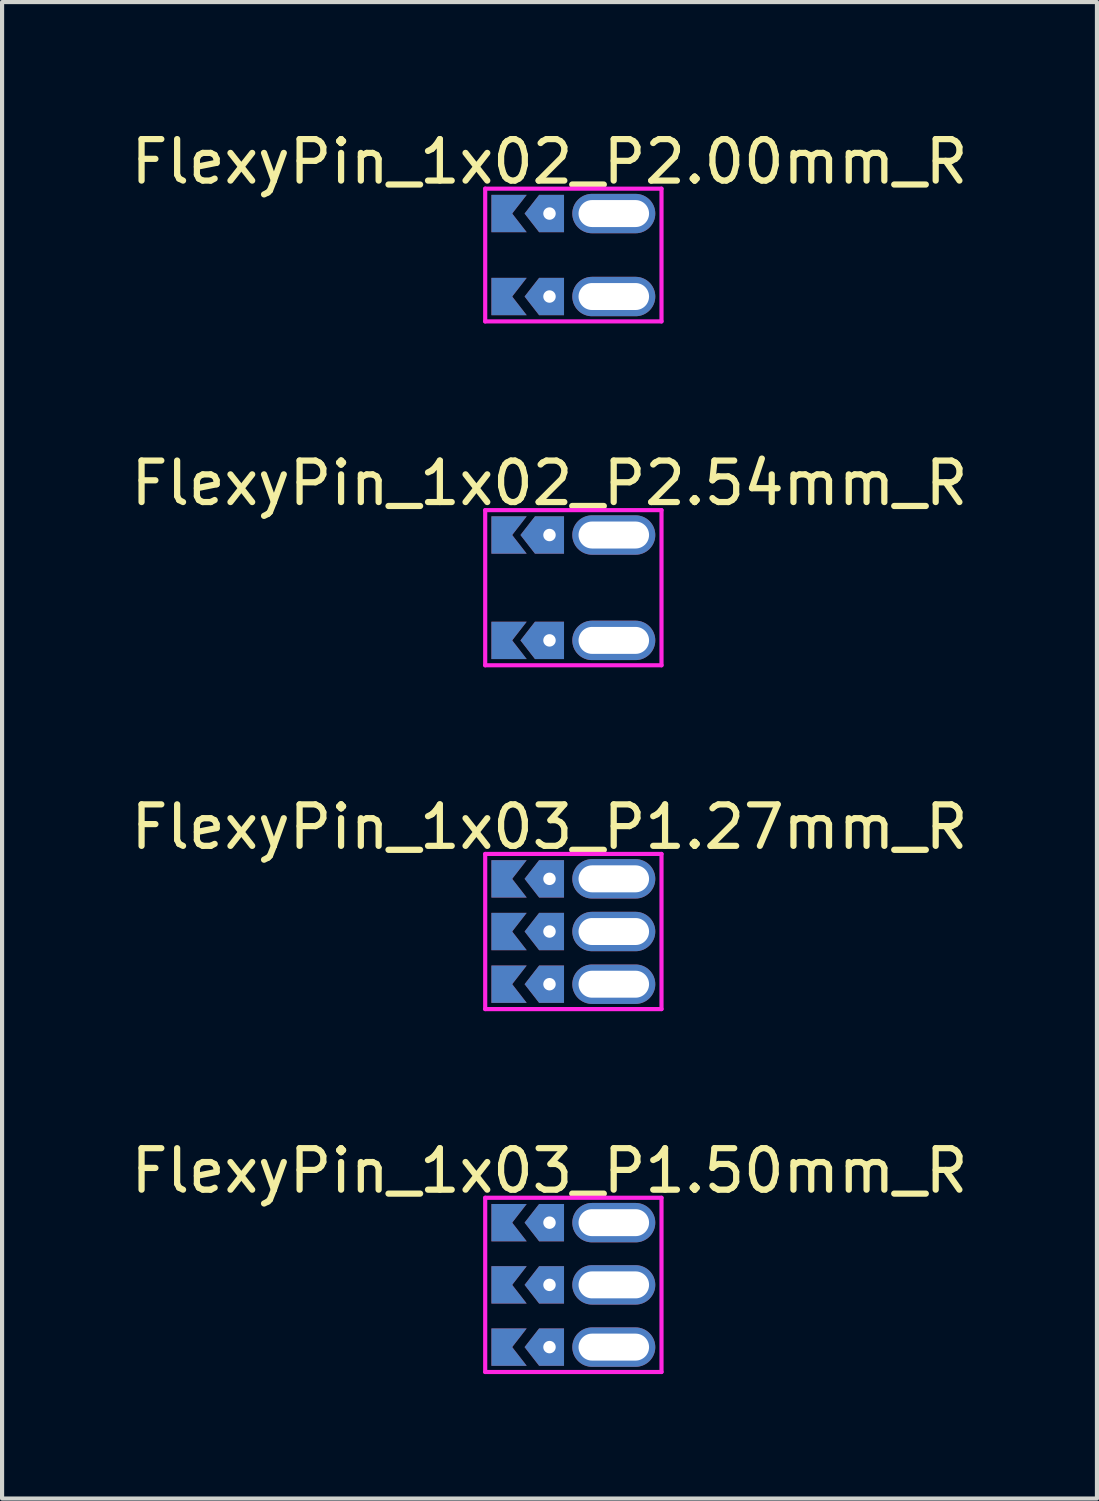
<source format=kicad_pcb>
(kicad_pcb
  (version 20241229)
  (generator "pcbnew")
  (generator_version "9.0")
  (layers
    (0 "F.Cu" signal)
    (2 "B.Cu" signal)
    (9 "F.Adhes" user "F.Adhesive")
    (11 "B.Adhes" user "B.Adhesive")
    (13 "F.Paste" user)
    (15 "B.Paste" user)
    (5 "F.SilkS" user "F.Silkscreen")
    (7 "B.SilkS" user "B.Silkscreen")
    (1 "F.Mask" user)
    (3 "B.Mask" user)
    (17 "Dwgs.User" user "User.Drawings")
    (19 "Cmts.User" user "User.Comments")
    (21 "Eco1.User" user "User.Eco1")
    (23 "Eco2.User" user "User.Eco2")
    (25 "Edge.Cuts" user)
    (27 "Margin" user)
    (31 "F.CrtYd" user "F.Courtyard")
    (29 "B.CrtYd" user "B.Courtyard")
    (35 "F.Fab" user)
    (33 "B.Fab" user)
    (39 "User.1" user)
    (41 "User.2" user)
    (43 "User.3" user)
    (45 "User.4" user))
  (footprint "FlexyPin_1x03_P1.27mm_R"
    (layer "F.Cu")
    (at 10.196 18.135)
    (property "Reference" "FlexyPin_1x03_P1.27mm_R" (at 0 -1.25 0) (layer "F.SilkS") (effects (font (size 1 1) (thickness 0.15))))
    (attr through_hole)
    (fp_line (start -1.55 -0.6) (end 2.7 -0.6) (stroke (width 0.1) (type solid)) (layer "F.CrtYd"))
    (fp_line (start -1.55 3.14) (end -1.55 -0.6) (stroke (width 0.1) (type solid)) (layer "F.CrtYd"))
    (fp_line (start 2.7 -0.6) (end 2.7 3.14) (stroke (width 0.1) (type solid)) (layer "F.CrtYd"))
    (fp_line (start 2.7 3.14) (end -1.55 3.14) (stroke (width 0.1) (type solid)) (layer "F.CrtYd"))
    (pad "" thru_hole custom (at 0 0) (size 0.3 0.3) (drill 0.6) (layers "*.Cu" "*.Mask") (options (anchor rect)) (primitives (gr_poly (pts (xy 0.35 0.45) (xy 0.35 -0.45) (xy -0.25 -0.45) (xy -0.6 0) (xy -0.25 0.45)) (width 0) (fill yes))))
    (pad "" thru_hole custom (at 0 1.27) (size 0.3 0.3) (drill 0.6) (layers "*.Cu" "*.Mask") (options (anchor rect)) (primitives (gr_poly (pts (xy 0.35 0.45) (xy 0.35 -0.45) (xy -0.25 -0.45) (xy -0.6 0) (xy -0.25 0.45)) (width 0) (fill yes))))
    (pad "" thru_hole custom (at 0 2.54) (size 0.3 0.3) (drill 0.6) (layers "*.Cu" "*.Mask") (options (anchor rect)) (primitives (gr_poly (pts (xy 0.35 0.45) (xy 0.35 -0.45) (xy -0.25 -0.45) (xy -0.6 0) (xy -0.25 0.45)) (width 0) (fill yes))))
    (pad "" thru_hole oval (at 1.55 0) (size 2 0.95) (drill oval 1.7 0.65) (layers "*.Cu" "*.Mask"))
    (pad "" thru_hole oval (at 1.55 1.27) (size 2 0.95) (drill oval 1.7 0.65) (layers "*.Cu" "*.Mask"))
    (pad "" thru_hole oval (at 1.55 2.54) (size 2 0.95) (drill oval 1.7 0.65) (layers "*.Cu" "*.Mask"))
    (pad "1" smd custom (at -0.9 0) (size 0.01 0.01) (layers "F.Cu" "F.Mask") (options (anchor rect)) (primitives (gr_poly (pts (xy 0 0) (xy 0.35 0.45) (xy -0.5 0.45) (xy -0.5 -0.45) (xy 0.35 -0.45)) (width 0) (fill yes))))
    (pad "2" smd custom (at -0.9 1.27) (size 0.01 0.01) (layers "F.Cu" "F.Mask") (options (anchor rect)) (primitives (gr_poly (pts (xy 0 0) (xy 0.35 0.45) (xy -0.5 0.45) (xy -0.5 -0.45) (xy 0.35 -0.45)) (width 0) (fill yes))))
    (pad "3" smd custom (at -0.9 2.54) (size 0.01 0.01) (layers "F.Cu" "F.Mask") (options (anchor rect)) (primitives (gr_poly (pts (xy 0 0) (xy 0.35 0.45) (xy -0.5 0.45) (xy -0.5 -0.45) (xy 0.35 -0.45)) (width 0) (fill yes))))
    (pad "4" smd custom (at -0.9 0) (size 0.01 0.01) (layers "B.Cu" "B.Mask") (options (anchor rect)) (primitives (gr_poly (pts (xy 0 0) (xy 0.35 0.45) (xy -0.5 0.45) (xy -0.5 -0.45) (xy 0.35 -0.45)) (width 0) (fill yes))))
    (pad "5" smd custom (at -0.9 1.27) (size 0.01 0.01) (layers "B.Cu" "B.Mask") (options (anchor rect)) (primitives (gr_poly (pts (xy 0 0) (xy 0.35 0.45) (xy -0.5 0.45) (xy -0.5 -0.45) (xy 0.35 -0.45)) (width 0) (fill yes))))
    (pad "6" smd custom (at -0.9 2.54) (size 0.01 0.01) (layers "B.Cu" "B.Mask") (options (anchor rect)) (primitives (gr_poly (pts (xy 0 0) (xy 0.35 0.45) (xy -0.5 0.45) (xy -0.5 -0.45) (xy 0.35 -0.45)) (width 0) (fill yes)))))
  (footprint "FlexyPin_1x02_P2.54mm_R"
    (layer "F.Cu")
    (at 10.196 9.847)
    (property "Reference" "FlexyPin_1x02_P2.54mm_R" (at 0 -1.25 0) (layer "F.SilkS") (effects (font (size 1 1) (thickness 0.15))))
    (attr through_hole)
    (fp_line (start -1.55 -0.6) (end 2.7 -0.6) (stroke (width 0.1) (type solid)) (layer "F.CrtYd"))
    (fp_line (start -1.55 3.14) (end -1.55 -0.6) (stroke (width 0.1) (type solid)) (layer "F.CrtYd"))
    (fp_line (start 2.7 -0.6) (end 2.7 3.14) (stroke (width 0.1) (type solid)) (layer "F.CrtYd"))
    (fp_line (start 2.7 3.14) (end -1.55 3.14) (stroke (width 0.1) (type solid)) (layer "F.CrtYd"))
    (pad "" thru_hole custom (at 0 0) (size 0.3 0.3) (drill 0.6) (layers "*.Cu" "*.Mask") (options (anchor rect)) (primitives (gr_poly (pts (xy 0.35 0.45) (xy 0.35 -0.45) (xy -0.35 -0.45) (xy -0.7 0) (xy -0.35 0.45)) (width 0) (fill yes))))
    (pad "" thru_hole custom (at 0 2.54) (size 0.3 0.3) (drill 0.6) (layers "*.Cu" "*.Mask") (options (anchor rect)) (primitives (gr_poly (pts (xy 0.35 0.45) (xy 0.35 -0.45) (xy -0.35 -0.45) (xy -0.7 0) (xy -0.35 0.45)) (width 0) (fill yes))))
    (pad "" thru_hole oval (at 1.55 0) (size 2 0.95) (drill oval 1.7 0.65) (layers "*.Cu" "*.Mask"))
    (pad "" thru_hole oval (at 1.55 2.54) (size 2 0.95) (drill oval 1.7 0.65) (layers "*.Cu" "*.Mask"))
    (pad "1" smd custom (at -0.9 0) (size 0.01 0.01) (layers "F.Cu" "F.Mask") (options (anchor rect)) (primitives (gr_poly (pts (xy 0 0) (xy 0.35 0.45) (xy -0.5 0.45) (xy -0.5 -0.45) (xy 0.35 -0.45)) (width 0) (fill yes))))
    (pad "1" smd custom (at -0.9 2.54) (size 0.01 0.01) (layers "F.Cu" "F.Mask") (options (anchor rect)) (primitives (gr_poly (pts (xy 0 0) (xy 0.35 0.45) (xy -0.5 0.45) (xy -0.5 -0.45) (xy 0.35 -0.45)) (width 0) (fill yes))))
    (pad "2" smd custom (at -0.9 0) (size 0.01 0.01) (layers "B.Cu" "B.Mask") (options (anchor rect)) (primitives (gr_poly (pts (xy 0 0) (xy 0.35 0.45) (xy -0.5 0.45) (xy -0.5 -0.45) (xy 0.35 -0.45)) (width 0) (fill yes))))
    (pad "2" smd custom (at -0.9 2.54) (size 0.01 0.01) (layers "B.Cu" "B.Mask") (options (anchor rect)) (primitives (gr_poly (pts (xy 0 0) (xy 0.35 0.45) (xy -0.5 0.45) (xy -0.5 -0.45) (xy 0.35 -0.45)) (width 0) (fill yes)))))
  (footprint "FlexyPin_1x02_P2.00mm_R"
    (layer "F.Cu")
    (at 10.196 2.098)
    (property "Reference" "FlexyPin_1x02_P2.00mm_R" (at 0 -1.25 0) (layer "F.SilkS") (effects (font (size 1 1) (thickness 0.15))))
    (attr through_hole)
    (fp_line (start -1.55 -0.6) (end 2.7 -0.6) (stroke (width 0.1) (type solid)) (layer "F.CrtYd"))
    (fp_line (start -1.55 2.6) (end -1.55 -0.6) (stroke (width 0.1) (type solid)) (layer "F.CrtYd"))
    (fp_line (start 2.7 -0.6) (end 2.7 2.6) (stroke (width 0.1) (type solid)) (layer "F.CrtYd"))
    (fp_line (start 2.7 2.6) (end -1.55 2.6) (stroke (width 0.1) (type solid)) (layer "F.CrtYd"))
    (pad "" thru_hole custom (at 0 0) (size 0.3 0.3) (drill 0.6) (layers "*.Cu" "*.Mask") (options (anchor rect)) (primitives (gr_poly (pts (xy 0.35 0.45) (xy 0.35 -0.45) (xy -0.25 -0.45) (xy -0.6 0) (xy -0.25 0.45)) (width 0) (fill yes))))
    (pad "" thru_hole custom (at 0 2) (size 0.3 0.3) (drill 0.6) (layers "*.Cu" "*.Mask") (options (anchor rect)) (primitives (gr_poly (pts (xy 0.35 0.45) (xy 0.35 -0.45) (xy -0.25 -0.45) (xy -0.6 0) (xy -0.25 0.45)) (width 0) (fill yes))))
    (pad "" thru_hole oval (at 1.55 0) (size 2 0.95) (drill oval 1.7 0.65) (layers "*.Cu" "*.Mask"))
    (pad "" thru_hole oval (at 1.55 2) (size 2 0.95) (drill oval 1.7 0.65) (layers "*.Cu" "*.Mask"))
    (pad "1" smd custom (at -0.9 0) (size 0.01 0.01) (layers "F.Cu" "F.Mask") (options (anchor rect)) (primitives (gr_poly (pts (xy 0 0) (xy 0.35 0.45) (xy -0.5 0.45) (xy -0.5 -0.45) (xy 0.35 -0.45)) (width 0) (fill yes))))
    (pad "2" smd custom (at -0.9 2) (size 0.01 0.01) (layers "F.Cu" "F.Mask") (options (anchor rect)) (primitives (gr_poly (pts (xy 0 0) (xy 0.35 0.45) (xy -0.5 0.45) (xy -0.5 -0.45) (xy 0.35 -0.45)) (width 0) (fill yes))))
    (pad "3" smd custom (at -0.9 0) (size 0.01 0.01) (layers "B.Cu" "B.Mask") (options (anchor rect)) (primitives (gr_poly (pts (xy 0 0) (xy 0.35 0.45) (xy -0.5 0.45) (xy -0.5 -0.45) (xy 0.35 -0.45)) (width 0) (fill yes))))
    (pad "4" smd custom (at -0.9 2) (size 0.01 0.01) (layers "B.Cu" "B.Mask") (options (anchor rect)) (primitives (gr_poly (pts (xy 0 0) (xy 0.35 0.45) (xy -0.5 0.45) (xy -0.5 -0.45) (xy 0.35 -0.45)) (width 0) (fill yes)))))
  (footprint "FlexyPin_1x03_P1.50mm_R"
    (layer "F.Cu")
    (at 10.196 26.423)
    (property "Reference" "FlexyPin_1x03_P1.50mm_R" (at 0 -1.25 0) (layer "F.SilkS") (effects (font (size 1 1) (thickness 0.15))))
    (attr through_hole)
    (fp_line (start -1.55 -0.6) (end 2.7 -0.6) (stroke (width 0.1) (type solid)) (layer "F.CrtYd"))
    (fp_line (start -1.55 3.6) (end -1.55 -0.6) (stroke (width 0.1) (type solid)) (layer "F.CrtYd"))
    (fp_line (start 2.7 -0.6) (end 2.7 3.6) (stroke (width 0.1) (type solid)) (layer "F.CrtYd"))
    (fp_line (start 2.7 3.6) (end -1.55 3.6) (stroke (width 0.1) (type solid)) (layer "F.CrtYd"))
    (pad "" thru_hole custom (at 0 0) (size 0.3 0.3) (drill 0.6) (layers "*.Cu" "*.Mask") (options (anchor rect)) (primitives (gr_poly (pts (xy 0.35 0.45) (xy 0.35 -0.45) (xy -0.25 -0.45) (xy -0.6 0) (xy -0.25 0.45)) (width 0) (fill yes))))
    (pad "" thru_hole custom (at 0 1.5) (size 0.3 0.3) (drill 0.6) (layers "*.Cu" "*.Mask") (options (anchor rect)) (primitives (gr_poly (pts (xy 0.35 0.45) (xy 0.35 -0.45) (xy -0.25 -0.45) (xy -0.6 0) (xy -0.25 0.45)) (width 0) (fill yes))))
    (pad "" thru_hole custom (at 0 3) (size 0.3 0.3) (drill 0.6) (layers "*.Cu" "*.Mask") (options (anchor rect)) (primitives (gr_poly (pts (xy 0.35 0.45) (xy 0.35 -0.45) (xy -0.25 -0.45) (xy -0.6 0) (xy -0.25 0.45)) (width 0) (fill yes))))
    (pad "" thru_hole oval (at 1.55 0) (size 2 0.95) (drill oval 1.7 0.65) (layers "*.Cu" "*.Mask"))
    (pad "" thru_hole oval (at 1.55 1.5) (size 2 0.95) (drill oval 1.7 0.65) (layers "*.Cu" "*.Mask"))
    (pad "" thru_hole oval (at 1.55 3) (size 2 0.95) (drill oval 1.7 0.65) (layers "*.Cu" "*.Mask"))
    (pad "1" smd custom (at -0.9 0) (size 0.01 0.01) (layers "F.Cu" "F.Mask") (options (anchor rect)) (primitives (gr_poly (pts (xy 0 0) (xy 0.35 0.45) (xy -0.5 0.45) (xy -0.5 -0.45) (xy 0.35 -0.45)) (width 0) (fill yes))))
    (pad "2" smd custom (at -0.9 1.5) (size 0.01 0.01) (layers "F.Cu" "F.Mask") (options (anchor rect)) (primitives (gr_poly (pts (xy 0 0) (xy 0.35 0.45) (xy -0.5 0.45) (xy -0.5 -0.45) (xy 0.35 -0.45)) (width 0) (fill yes))))
    (pad "3" smd custom (at -0.9 3) (size 0.01 0.01) (layers "F.Cu" "F.Mask") (options (anchor rect)) (primitives (gr_poly (pts (xy 0 0) (xy 0.35 0.45) (xy -0.5 0.45) (xy -0.5 -0.45) (xy 0.35 -0.45)) (width 0) (fill yes))))
    (pad "4" smd custom (at -0.9 0) (size 0.01 0.01) (layers "B.Cu" "B.Mask") (options (anchor rect)) (primitives (gr_poly (pts (xy 0 0) (xy 0.35 0.45) (xy -0.5 0.45) (xy -0.5 -0.45) (xy 0.35 -0.45)) (width 0) (fill yes))))
    (pad "5" smd custom (at -0.9 1.5) (size 0.01 0.01) (layers "B.Cu" "B.Mask") (options (anchor rect)) (primitives (gr_poly (pts (xy 0 0) (xy 0.35 0.45) (xy -0.5 0.45) (xy -0.5 -0.45) (xy 0.35 -0.45)) (width 0) (fill yes))))
    (pad "6" smd custom (at -0.9 3) (size 0.01 0.01) (layers "B.Cu" "B.Mask") (options (anchor rect)) (primitives (gr_poly (pts (xy 0 0) (xy 0.35 0.45) (xy -0.5 0.45) (xy -0.5 -0.45) (xy 0.35 -0.45)) (width 0) (fill yes)))))
  (gr_rect
    (start -3 -3)
    (end 23.393 33.073)
    (stroke (width 0.1) (type default))
    (fill no)
    (layer "Edge.Cuts")))
</source>
